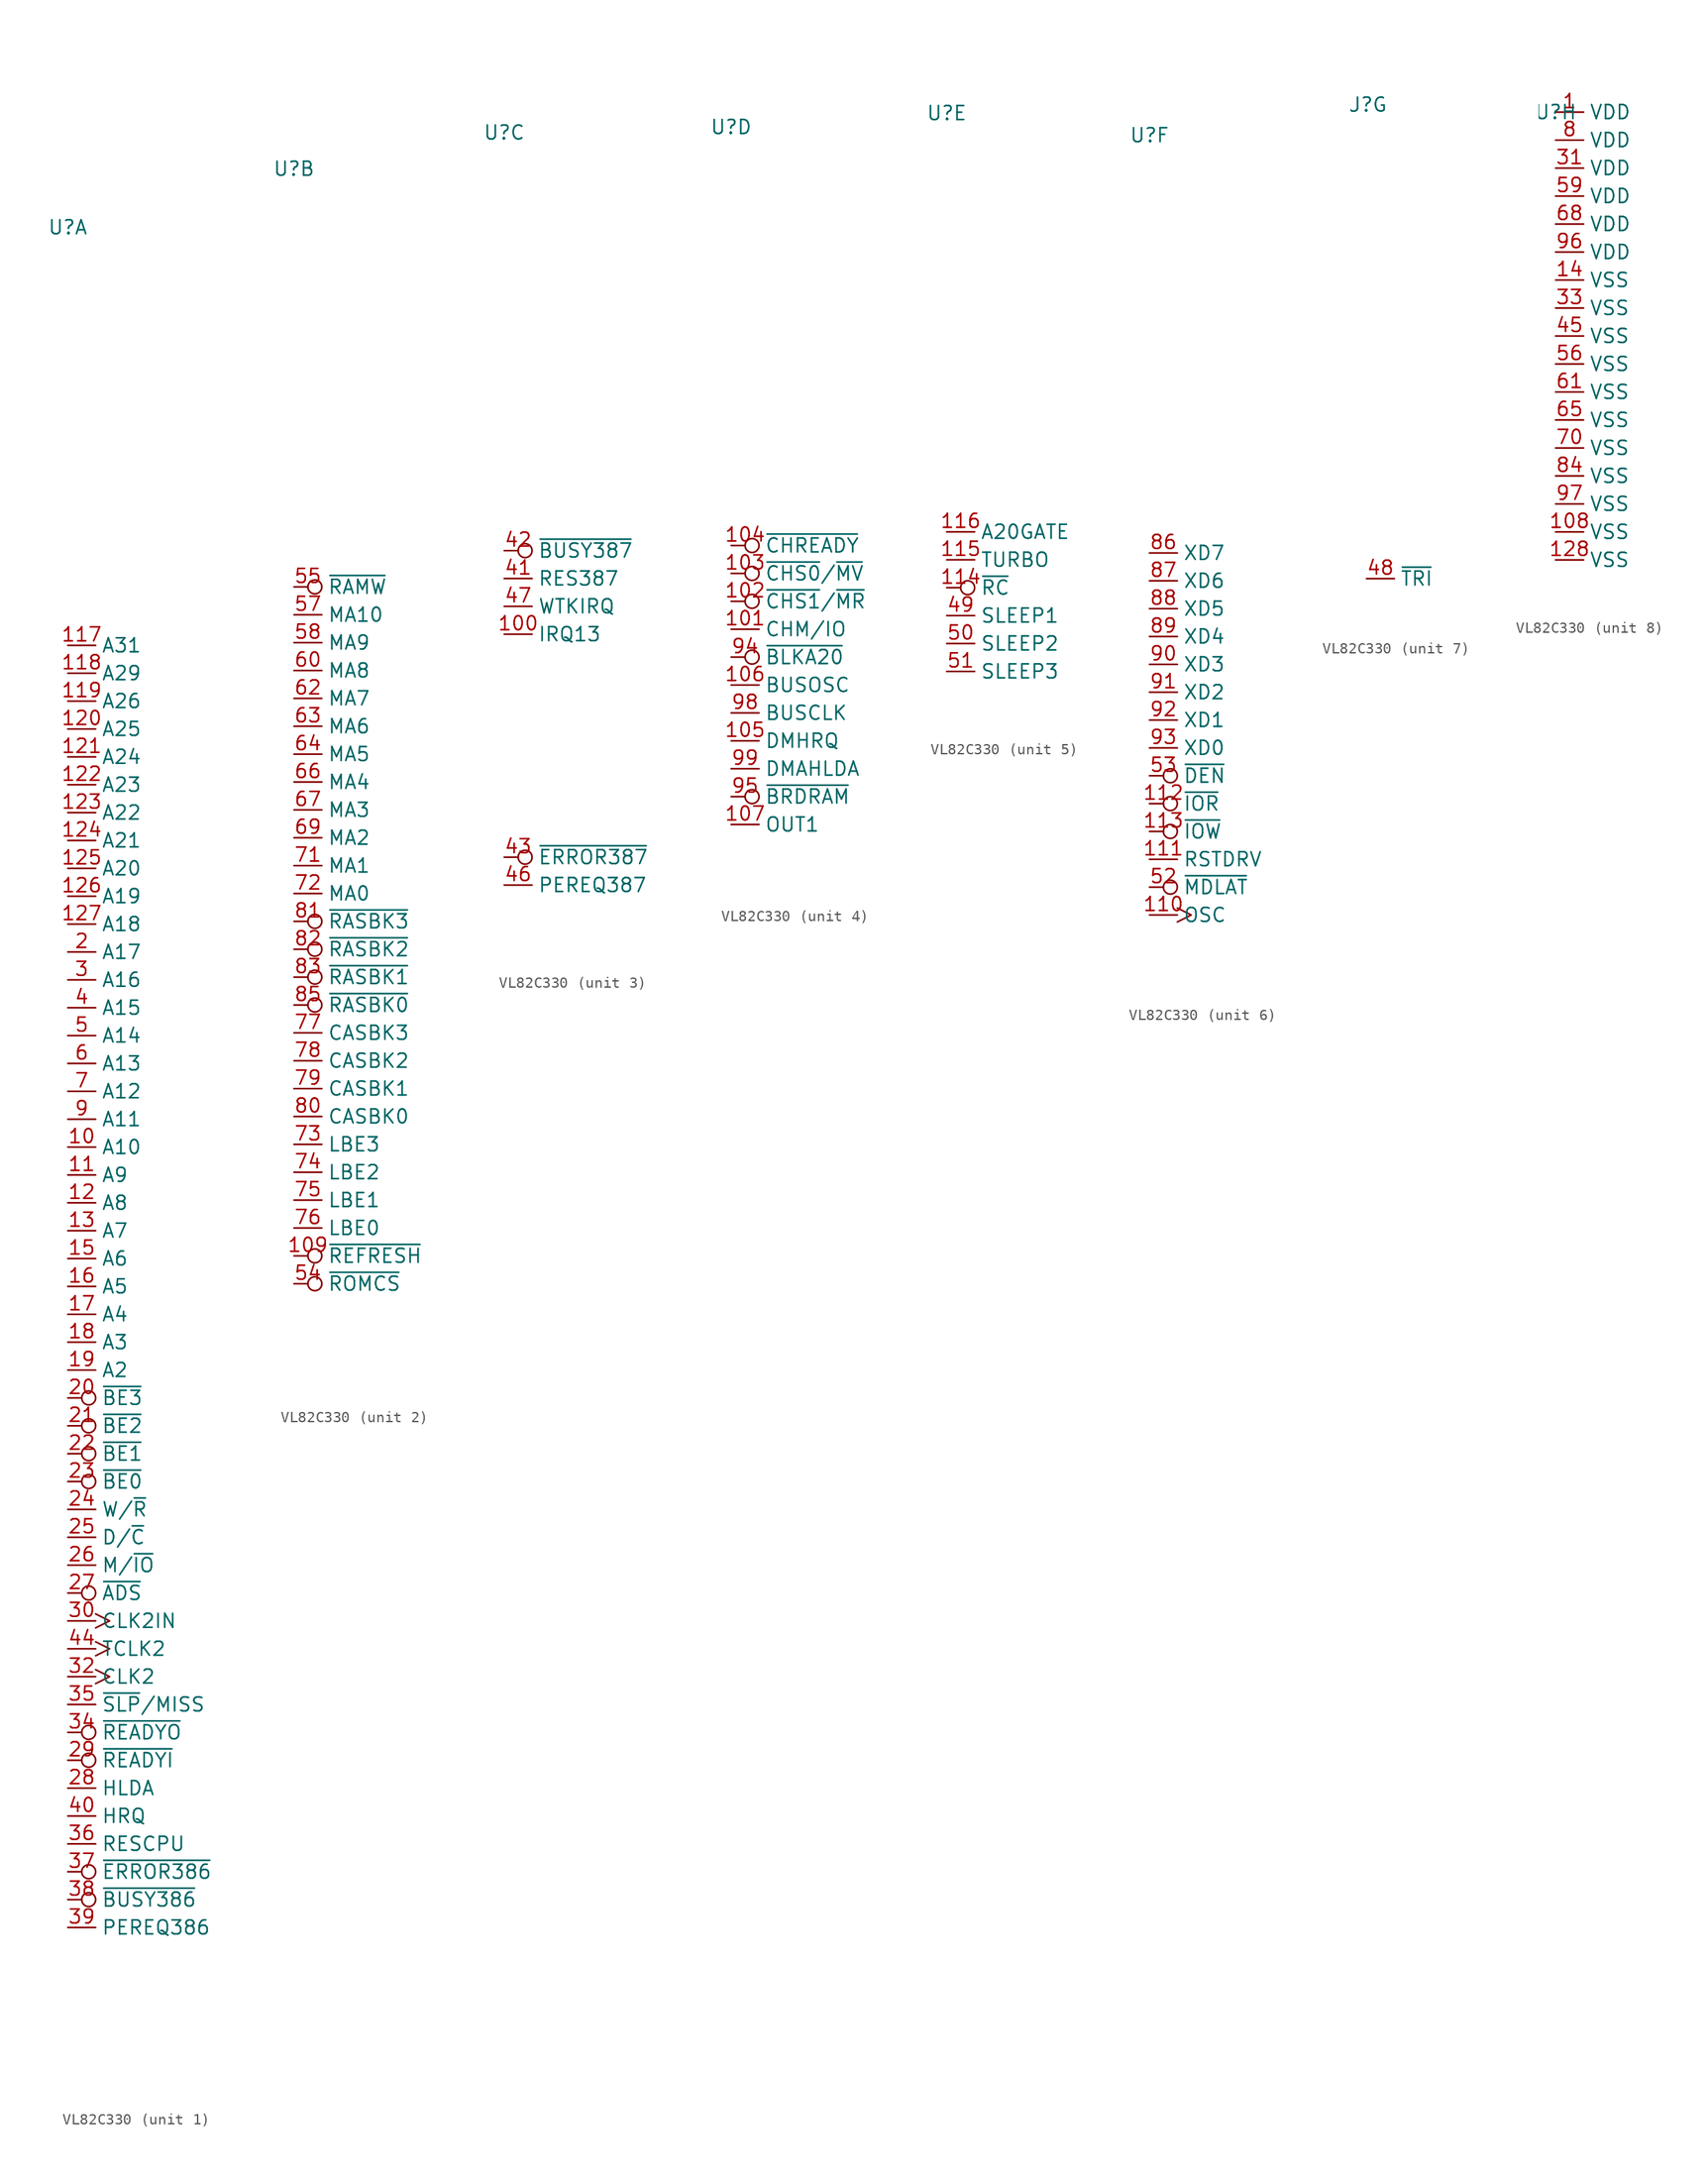
<source format=kicad_sym>
(kicad_symbol_lib
  (version 20220914)
  (generator kicad_symbol_editor)
  (symbol "VL82C330"
    (property "Reference" "U"
      (at 0 0 0)
      (effects (font (size 1.27 1.27))))
    (property "Value" ""
      (at 0 0 0)
      (effects (font (size 1.27 1.27))))
    (property "ki_locked" ""
      (at 0 0 0)
      (effects (font (size 1.27 1.27))))
    (symbol "VL82C330_1_0"
      (unit_name "CPU Interface Signals")
      (pin input line (at 0 -83.82 0) (length 2.54) (name "A10" (effects (font (size 1.27 1.27)))) (number "10" (effects (font (size 1.27 1.27)))))
      (pin input line (at 0 -86.36 0) (length 2.54) (name "A9" (effects (font (size 1.27 1.27)))) (number "11" (effects (font (size 1.27 1.27)))))
      (pin input line (at 0 -38.1 0) (length 2.54) (name "A31" (effects (font (size 1.27 1.27)))) (number "117" (effects (font (size 1.27 1.27)))))
      (pin input line (at 0 -40.64 0) (length 2.54) (name "A29" (effects (font (size 1.27 1.27)))) (number "118" (effects (font (size 1.27 1.27)))))
      (pin input line (at 0 -43.18 0) (length 2.54) (name "A26" (effects (font (size 1.27 1.27)))) (number "119" (effects (font (size 1.27 1.27)))))
      (pin input line (at 0 -88.9 0) (length 2.54) (name "A8" (effects (font (size 1.27 1.27)))) (number "12" (effects (font (size 1.27 1.27)))))
      (pin input line (at 0 -45.72 0) (length 2.54) (name "A25" (effects (font (size 1.27 1.27)))) (number "120" (effects (font (size 1.27 1.27)))))
      (pin input line (at 0 -48.26 0) (length 2.54) (name "A24" (effects (font (size 1.27 1.27)))) (number "121" (effects (font (size 1.27 1.27)))))
      (pin input line (at 0 -50.8 0) (length 2.54) (name "A23" (effects (font (size 1.27 1.27)))) (number "122" (effects (font (size 1.27 1.27)))))
      (pin input line (at 0 -53.34 0) (length 2.54) (name "A22" (effects (font (size 1.27 1.27)))) (number "123" (effects (font (size 1.27 1.27)))))
      (pin input line (at 0 -55.88 0) (length 2.54) (name "A21" (effects (font (size 1.27 1.27)))) (number "124" (effects (font (size 1.27 1.27)))))
      (pin input line (at 0 -58.42 0) (length 2.54) (name "A20" (effects (font (size 1.27 1.27)))) (number "125" (effects (font (size 1.27 1.27)))))
      (pin input line (at 0 -60.96 0) (length 2.54) (name "A19" (effects (font (size 1.27 1.27)))) (number "126" (effects (font (size 1.27 1.27)))))
      (pin input line (at 0 -63.5 0) (length 2.54) (name "A18" (effects (font (size 1.27 1.27)))) (number "127" (effects (font (size 1.27 1.27)))))
      (pin input line (at 0 -91.44 0) (length 2.54) (name "A7" (effects (font (size 1.27 1.27)))) (number "13" (effects (font (size 1.27 1.27)))))
      (pin input line (at 0 -93.98 0) (length 2.54) (name "A6" (effects (font (size 1.27 1.27)))) (number "15" (effects (font (size 1.27 1.27)))))
      (pin input line (at 0 -96.52 0) (length 2.54) (name "A5" (effects (font (size 1.27 1.27)))) (number "16" (effects (font (size 1.27 1.27)))))
      (pin input line (at 0 -99.06 0) (length 2.54) (name "A4" (effects (font (size 1.27 1.27)))) (number "17" (effects (font (size 1.27 1.27)))))
      (pin input line (at 0 -101.6 0) (length 2.54) (name "A3" (effects (font (size 1.27 1.27)))) (number "18" (effects (font (size 1.27 1.27)))))
      (pin input line (at 0 -104.14 0) (length 2.54) (name "A2" (effects (font (size 1.27 1.27)))) (number "19" (effects (font (size 1.27 1.27)))))
      (pin input line (at 0 -66.04 0) (length 2.54) (name "A17" (effects (font (size 1.27 1.27)))) (number "2" (effects (font (size 1.27 1.27)))))
      (pin input inverted (at 0 -106.68 0) (length 2.54) (name "~{BE3}" (effects (font (size 1.27 1.27)))) (number "20" (effects (font (size 1.27 1.27)))))
      (pin input inverted (at 0 -109.22 0) (length 2.54) (name "~{BE2}" (effects (font (size 1.27 1.27)))) (number "21" (effects (font (size 1.27 1.27)))))
      (pin input inverted (at 0 -111.76 0) (length 2.54) (name "~{BE1}" (effects (font (size 1.27 1.27)))) (number "22" (effects (font (size 1.27 1.27)))))
      (pin input inverted (at 0 -114.3 0) (length 2.54) (name "~{BE0}" (effects (font (size 1.27 1.27)))) (number "23" (effects (font (size 1.27 1.27)))))
      (pin input line (at 0 -116.84 0) (length 2.54) (name "W/~{R}" (effects (font (size 1.27 1.27)))) (number "24" (effects (font (size 1.27 1.27)))))
      (pin input line (at 0 -119.38 0) (length 2.54) (name "D/~{C}" (effects (font (size 1.27 1.27)))) (number "25" (effects (font (size 1.27 1.27)))))
      (pin input line (at 0 -121.92 0) (length 2.54) (name "M/~{IO}" (effects (font (size 1.27 1.27)))) (number "26" (effects (font (size 1.27 1.27)))))
      (pin input inverted (at 0 -124.46 0) (length 2.54) (name "~{ADS}" (effects (font (size 1.27 1.27)))) (number "27" (effects (font (size 1.27 1.27)))))
      (pin input line (at 0 -142.24 0) (length 2.54) (name "HLDA" (effects (font (size 1.27 1.27)))) (number "28" (effects (font (size 1.27 1.27)))))
      (pin input inverted (at 0 -139.7 0) (length 2.54) (name "~{READYI}" (effects (font (size 1.27 1.27)))) (number "29" (effects (font (size 1.27 1.27)))))
      (pin input line (at 0 -68.58 0) (length 2.54) (name "A16" (effects (font (size 1.27 1.27)))) (number "3" (effects (font (size 1.27 1.27)))))
      (pin input clock (at 0 -127 0) (length 2.54) (name "CLK2IN" (effects (font (size 1.27 1.27)))) (number "30" (effects (font (size 1.27 1.27)))))
      (pin output clock (at 0 -132.08 0) (length 2.54) (name "CLK2" (effects (font (size 1.27 1.27)))) (number "32" (effects (font (size 1.27 1.27)))))
      (pin output inverted (at 0 -137.16 0) (length 2.54) (name "~{READYO}" (effects (font (size 1.27 1.27)))) (number "34" (effects (font (size 1.27 1.27)))))
      (pin bidirectional line (at 0 -134.62 0) (length 2.54) (name "~{SLP}/MISS" (effects (font (size 1.27 1.27)))) (number "35" (effects (font (size 1.27 1.27)))))
      (pin output line (at 0 -147.32 0) (length 2.54) (name "RESCPU" (effects (font (size 1.27 1.27)))) (number "36" (effects (font (size 1.27 1.27)))))
      (pin output inverted (at 0 -149.86 0) (length 2.54) (name "~{ERROR386}" (effects (font (size 1.27 1.27)))) (number "37" (effects (font (size 1.27 1.27)))))
      (pin output inverted (at 0 -152.4 0) (length 2.54) (name "~{BUSY386}" (effects (font (size 1.27 1.27)))) (number "38" (effects (font (size 1.27 1.27)))))
      (pin output line (at 0 -154.94 0) (length 2.54) (name "PEREQ386" (effects (font (size 1.27 1.27)))) (number "39" (effects (font (size 1.27 1.27)))))
      (pin input line (at 0 -71.12 0) (length 2.54) (name "A15" (effects (font (size 1.27 1.27)))) (number "4" (effects (font (size 1.27 1.27)))))
      (pin output line (at 0 -144.78 0) (length 2.54) (name "HRQ" (effects (font (size 1.27 1.27)))) (number "40" (effects (font (size 1.27 1.27)))))
      (pin input clock (at 0 -129.54 0) (length 2.54) (name "TCLK2" (effects (font (size 1.27 1.27)))) (number "44" (effects (font (size 1.27 1.27)))))
      (pin input line (at 0 -73.66 0) (length 2.54) (name "A14" (effects (font (size 1.27 1.27)))) (number "5" (effects (font (size 1.27 1.27)))))
      (pin input line (at 0 -76.2 0) (length 2.54) (name "A13" (effects (font (size 1.27 1.27)))) (number "6" (effects (font (size 1.27 1.27)))))
      (pin input line (at 0 -78.74 0) (length 2.54) (name "A12" (effects (font (size 1.27 1.27)))) (number "7" (effects (font (size 1.27 1.27)))))
      (pin input line (at 0 -81.28 0) (length 2.54) (name "A11" (effects (font (size 1.27 1.27)))) (number "9" (effects (font (size 1.27 1.27))))))
    (symbol "VL82C330_2_0"
      (unit_name "On-Board Memory System Interface Signals")
      (pin output inverted (at 0 -99.06 0) (length 2.54) (name "~{REFRESH}" (effects (font (size 1.27 1.27)))) (number "109" (effects (font (size 1.27 1.27)))))
      (pin output inverted (at 0 -101.6 0) (length 2.54) (name "~{ROMCS}" (effects (font (size 1.27 1.27)))) (number "54" (effects (font (size 1.27 1.27)))))
      (pin output inverted (at 0 -38.1 0) (length 2.54) (name "~{RAMW}" (effects (font (size 1.27 1.27)))) (number "55" (effects (font (size 1.27 1.27)))))
      (pin output line (at 0 -40.64 0) (length 2.54) (name "MA10" (effects (font (size 1.27 1.27)))) (number "57" (effects (font (size 1.27 1.27)))))
      (pin output line (at 0 -43.18 0) (length 2.54) (name "MA9" (effects (font (size 1.27 1.27)))) (number "58" (effects (font (size 1.27 1.27)))))
      (pin output line (at 0 -45.72 0) (length 2.54) (name "MA8" (effects (font (size 1.27 1.27)))) (number "60" (effects (font (size 1.27 1.27)))))
      (pin output line (at 0 -48.26 0) (length 2.54) (name "MA7" (effects (font (size 1.27 1.27)))) (number "62" (effects (font (size 1.27 1.27)))))
      (pin output line (at 0 -50.8 0) (length 2.54) (name "MA6" (effects (font (size 1.27 1.27)))) (number "63" (effects (font (size 1.27 1.27)))))
      (pin output line (at 0 -53.34 0) (length 2.54) (name "MA5" (effects (font (size 1.27 1.27)))) (number "64" (effects (font (size 1.27 1.27)))))
      (pin output line (at 0 -55.88 0) (length 2.54) (name "MA4" (effects (font (size 1.27 1.27)))) (number "66" (effects (font (size 1.27 1.27)))))
      (pin output line (at 0 -58.42 0) (length 2.54) (name "MA3" (effects (font (size 1.27 1.27)))) (number "67" (effects (font (size 1.27 1.27)))))
      (pin output line (at 0 -60.96 0) (length 2.54) (name "MA2" (effects (font (size 1.27 1.27)))) (number "69" (effects (font (size 1.27 1.27)))))
      (pin output line (at 0 -63.5 0) (length 2.54) (name "MA1" (effects (font (size 1.27 1.27)))) (number "71" (effects (font (size 1.27 1.27)))))
      (pin output line (at 0 -66.04 0) (length 2.54) (name "MA0" (effects (font (size 1.27 1.27)))) (number "72" (effects (font (size 1.27 1.27)))))
      (pin output line (at 0 -88.9 0) (length 2.54) (name "LBE3" (effects (font (size 1.27 1.27)))) (number "73" (effects (font (size 1.27 1.27)))))
      (pin output line (at 0 -91.44 0) (length 2.54) (name "LBE2" (effects (font (size 1.27 1.27)))) (number "74" (effects (font (size 1.27 1.27)))))
      (pin output line (at 0 -93.98 0) (length 2.54) (name "LBE1" (effects (font (size 1.27 1.27)))) (number "75" (effects (font (size 1.27 1.27)))))
      (pin output line (at 0 -96.52 0) (length 2.54) (name "LBE0" (effects (font (size 1.27 1.27)))) (number "76" (effects (font (size 1.27 1.27)))))
      (pin output line (at 0 -78.74 0) (length 2.54) (name "CASBK3" (effects (font (size 1.27 1.27)))) (number "77" (effects (font (size 1.27 1.27)))))
      (pin output line (at 0 -81.28 0) (length 2.54) (name "CASBK2" (effects (font (size 1.27 1.27)))) (number "78" (effects (font (size 1.27 1.27)))))
      (pin output line (at 0 -83.82 0) (length 2.54) (name "CASBK1" (effects (font (size 1.27 1.27)))) (number "79" (effects (font (size 1.27 1.27)))))
      (pin output line (at 0 -86.36 0) (length 2.54) (name "CASBK0" (effects (font (size 1.27 1.27)))) (number "80" (effects (font (size 1.27 1.27)))))
      (pin output inverted (at 0 -68.58 0) (length 2.54) (name "~{RASBK3}" (effects (font (size 1.27 1.27)))) (number "81" (effects (font (size 1.27 1.27)))))
      (pin output inverted (at 0 -71.12 0) (length 2.54) (name "~{RASBK2}" (effects (font (size 1.27 1.27)))) (number "82" (effects (font (size 1.27 1.27)))))
      (pin output inverted (at 0 -73.66 0) (length 2.54) (name "~{RASBK1}" (effects (font (size 1.27 1.27)))) (number "83" (effects (font (size 1.27 1.27)))))
      (pin output inverted (at 0 -76.2 0) (length 2.54) (name "~{RASBK0}" (effects (font (size 1.27 1.27)))) (number "85" (effects (font (size 1.27 1.27))))))
    (symbol "VL82C330_3_0"
      (unit_name "Coprocessor Signals")
      (pin output line (at 0 -45.72 0) (length 2.54) (name "IRQ13" (effects (font (size 1.27 1.27)))) (number "100" (effects (font (size 1.27 1.27)))))
      (pin output line (at 0 -40.64 0) (length 2.54) (name "RES387" (effects (font (size 1.27 1.27)))) (number "41" (effects (font (size 1.27 1.27)))))
      (pin input inverted (at 0 -38.1 0) (length 2.54) (name "~{BUSY387}" (effects (font (size 1.27 1.27)))) (number "42" (effects (font (size 1.27 1.27)))))
      (pin input inverted (at 0 -66.04 0) (length 2.54) (name "~{ERROR387}" (effects (font (size 1.27 1.27)))) (number "43" (effects (font (size 1.27 1.27)))))
      (pin input line (at 0 -68.58 0) (length 2.54) (name "PEREQ387" (effects (font (size 1.27 1.27)))) (number "46" (effects (font (size 1.27 1.27)))))
      (pin input line (at 0 -43.18 0) (length 2.54) (name "WTKIRQ" (effects (font (size 1.27 1.27)))) (number "47" (effects (font (size 1.27 1.27))))))
    (symbol "VL82C330_4_0"
      (unit_name "Bus Control Signals")
      (pin output line (at 0 -45.72 0) (length 2.54) (name "CHM/IO" (effects (font (size 1.27 1.27)))) (number "101" (effects (font (size 1.27 1.27)))))
      (pin bidirectional inverted (at 0 -43.18 0) (length 2.54) (name "~{CHS1}/~{MR}" (effects (font (size 1.27 1.27)))) (number "102" (effects (font (size 1.27 1.27)))))
      (pin bidirectional inverted (at 0 -40.64 0) (length 2.54) (name "~{CHS0}/~{MV}" (effects (font (size 1.27 1.27)))) (number "103" (effects (font (size 1.27 1.27)))))
      (pin input inverted (at 0 -38.1 0) (length 2.54) (name "~{CHREADY}" (effects (font (size 1.27 1.27)))) (number "104" (effects (font (size 1.27 1.27)))))
      (pin input line (at 0 -55.88 0) (length 2.54) (name "DMHRQ" (effects (font (size 1.27 1.27)))) (number "105" (effects (font (size 1.27 1.27)))))
      (pin input line (at 0 -50.8 0) (length 2.54) (name "BUSOSC" (effects (font (size 1.27 1.27)))) (number "106" (effects (font (size 1.27 1.27)))))
      (pin input line (at 0 -63.5 0) (length 2.54) (name "OUT1" (effects (font (size 1.27 1.27)))) (number "107" (effects (font (size 1.27 1.27)))))
      (pin output inverted (at 0 -48.26 0) (length 2.54) (name "~{BLKA20}" (effects (font (size 1.27 1.27)))) (number "94" (effects (font (size 1.27 1.27)))))
      (pin output inverted (at 0 -60.96 0) (length 2.54) (name "~{BRDRAM}" (effects (font (size 1.27 1.27)))) (number "95" (effects (font (size 1.27 1.27)))))
      (pin output line (at 0 -53.34 0) (length 2.54) (name "BUSCLK" (effects (font (size 1.27 1.27)))) (number "98" (effects (font (size 1.27 1.27)))))
      (pin output line (at 0 -58.42 0) (length 2.54) (name "DMAHLDA" (effects (font (size 1.27 1.27)))) (number "99" (effects (font (size 1.27 1.27))))))
    (symbol "VL82C330_5_0"
      (unit_name "Peripheral Interface Signal")
      (pin input inverted (at 0 -43.18 0) (length 2.54) (name "~{RC}" (effects (font (size 1.27 1.27)))) (number "114" (effects (font (size 1.27 1.27)))))
      (pin input line (at 0 -40.64 0) (length 2.54) (name "TURBO" (effects (font (size 1.27 1.27)))) (number "115" (effects (font (size 1.27 1.27)))))
      (pin input line (at 0 -38.1 0) (length 2.54) (name "A20GATE" (effects (font (size 1.27 1.27)))) (number "116" (effects (font (size 1.27 1.27)))))
      (pin output line (at 0 -45.72 0) (length 2.54) (name "SLEEP1" (effects (font (size 1.27 1.27)))) (number "49" (effects (font (size 1.27 1.27)))))
      (pin output line (at 0 -48.26 0) (length 2.54) (name "SLEEP2" (effects (font (size 1.27 1.27)))) (number "50" (effects (font (size 1.27 1.27)))))
      (pin output line (at 0 -50.8 0) (length 2.54) (name "SLEEP3" (effects (font (size 1.27 1.27)))) (number "51" (effects (font (size 1.27 1.27))))))
    (symbol "VL82C330_6_0"
      (unit_name "Bus Interface Signals")
      (pin input clock (at 0 -71.12 0) (length 2.54) (name "OSC" (effects (font (size 1.27 1.27)))) (number "110" (effects (font (size 1.27 1.27)))))
      (pin input line (at 0 -66.04 0) (length 2.54) (name "RSTDRV" (effects (font (size 1.27 1.27)))) (number "111" (effects (font (size 1.27 1.27)))))
      (pin bidirectional inverted (at 0 -60.96 0) (length 2.54) (name "~{IOR}" (effects (font (size 1.27 1.27)))) (number "112" (effects (font (size 1.27 1.27)))))
      (pin bidirectional inverted (at 0 -63.5 0) (length 2.54) (name "~{IOW}" (effects (font (size 1.27 1.27)))) (number "113" (effects (font (size 1.27 1.27)))))
      (pin output inverted (at 0 -68.58 0) (length 2.54) (name "~{MDLAT}" (effects (font (size 1.27 1.27)))) (number "52" (effects (font (size 1.27 1.27)))))
      (pin output inverted (at 0 -58.42 0) (length 2.54) (name "~{DEN}" (effects (font (size 1.27 1.27)))) (number "53" (effects (font (size 1.27 1.27)))))
      (pin bidirectional line (at 0 -38.1 0) (length 2.54) (name "XD7" (effects (font (size 1.27 1.27)))) (number "86" (effects (font (size 1.27 1.27)))))
      (pin bidirectional line (at 0 -40.64 0) (length 2.54) (name "XD6" (effects (font (size 1.27 1.27)))) (number "87" (effects (font (size 1.27 1.27)))))
      (pin bidirectional line (at 0 -43.18 0) (length 2.54) (name "XD5" (effects (font (size 1.27 1.27)))) (number "88" (effects (font (size 1.27 1.27)))))
      (pin bidirectional line (at 0 -45.72 0) (length 2.54) (name "XD4" (effects (font (size 1.27 1.27)))) (number "89" (effects (font (size 1.27 1.27)))))
      (pin bidirectional line (at 0 -48.26 0) (length 2.54) (name "XD3" (effects (font (size 1.27 1.27)))) (number "90" (effects (font (size 1.27 1.27)))))
      (pin bidirectional line (at 0 -50.8 0) (length 2.54) (name "XD2" (effects (font (size 1.27 1.27)))) (number "91" (effects (font (size 1.27 1.27)))))
      (pin bidirectional line (at 0 -53.34 0) (length 2.54) (name "XD1" (effects (font (size 1.27 1.27)))) (number "92" (effects (font (size 1.27 1.27)))))
      (pin bidirectional line (at 0 -55.88 0) (length 2.54) (name "XD0" (effects (font (size 1.27 1.27)))) (number "93" (effects (font (size 1.27 1.27))))))
    (symbol "VL82C330_7_0"
      (unit_name "Test Mode Pin")
      (pin input line (at 0 -43.18 0) (length 2.54) (name "~{TRI}" (effects (font (size 1.27 1.27)))) (number "48" (effects (font (size 1.27 1.27))))))
    (symbol "VL82C330_8_0"
      (unit_name "Power And Ground Pins")
      (pin power_in line (at 0 0 0) (length 2.54) (name "VDD" (effects (font (size 1.27 1.27)))) (number "1" (effects (font (size 1.27 1.27)))))
      (pin power_in line (at 0 -38.1 0) (length 2.54) (name "VSS" (effects (font (size 1.27 1.27)))) (number "108" (effects (font (size 1.27 1.27)))))
      (pin power_in line (at 0 -40.64 0) (length 2.54) (name "VSS" (effects (font (size 1.27 1.27)))) (number "128" (effects (font (size 1.27 1.27)))))
      (pin power_in line (at 0 -15.24 0) (length 2.54) (name "VSS" (effects (font (size 1.27 1.27)))) (number "14" (effects (font (size 1.27 1.27)))))
      (pin power_in line (at 0 -5.08 0) (length 2.54) (name "VDD" (effects (font (size 1.27 1.27)))) (number "31" (effects (font (size 1.27 1.27)))))
      (pin power_in line (at 0 -17.78 0) (length 2.54) (name "VSS" (effects (font (size 1.27 1.27)))) (number "33" (effects (font (size 1.27 1.27)))))
      (pin power_in line (at 0 -20.32 0) (length 2.54) (name "VSS" (effects (font (size 1.27 1.27)))) (number "45" (effects (font (size 1.27 1.27)))))
      (pin power_in line (at 0 -22.86 0) (length 2.54) (name "VSS" (effects (font (size 1.27 1.27)))) (number "56" (effects (font (size 1.27 1.27)))))
      (pin power_in line (at 0 -7.62 0) (length 2.54) (name "VDD" (effects (font (size 1.27 1.27)))) (number "59" (effects (font (size 1.27 1.27)))))
      (pin power_in line (at 0 -25.4 0) (length 2.54) (name "VSS" (effects (font (size 1.27 1.27)))) (number "61" (effects (font (size 1.27 1.27)))))
      (pin power_in line (at 0 -27.94 0) (length 2.54) (name "VSS" (effects (font (size 1.27 1.27)))) (number "65" (effects (font (size 1.27 1.27)))))
      (pin power_in line (at 0 -10.16 0) (length 2.54) (name "VDD" (effects (font (size 1.27 1.27)))) (number "68" (effects (font (size 1.27 1.27)))))
      (pin power_in line (at 0 -30.48 0) (length 2.54) (name "VSS" (effects (font (size 1.27 1.27)))) (number "70" (effects (font (size 1.27 1.27)))))
      (pin power_in line (at 0 -2.54 0) (length 2.54) (name "VDD" (effects (font (size 1.27 1.27)))) (number "8" (effects (font (size 1.27 1.27)))))
      (pin power_in line (at 0 -33.02 0) (length 2.54) (name "VSS" (effects (font (size 1.27 1.27)))) (number "84" (effects (font (size 1.27 1.27)))))
      (pin power_in line (at 0 -12.7 0) (length 2.54) (name "VDD" (effects (font (size 1.27 1.27)))) (number "96" (effects (font (size 1.27 1.27)))))
      (pin power_in line (at 0 -35.56 0) (length 2.54) (name "VSS" (effects (font (size 1.27 1.27)))) (number "97" (effects (font (size 1.27 1.27))))))))
</source>
